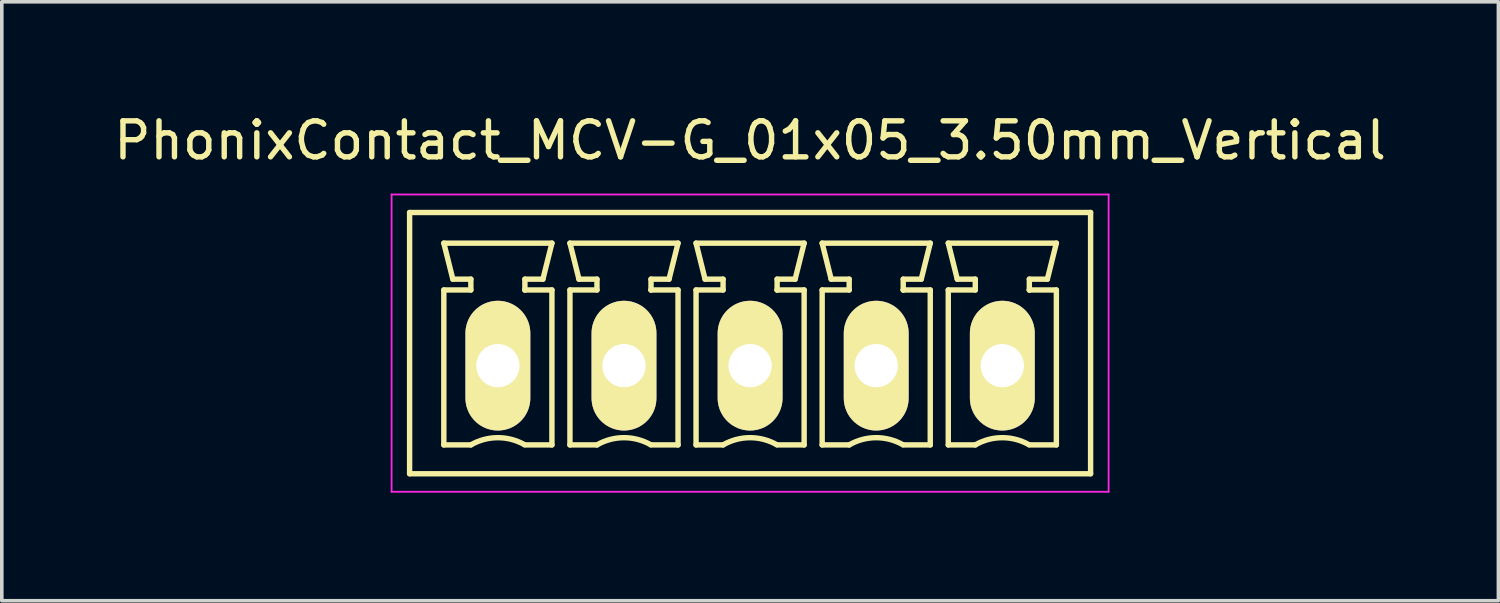
<source format=kicad_pcb>
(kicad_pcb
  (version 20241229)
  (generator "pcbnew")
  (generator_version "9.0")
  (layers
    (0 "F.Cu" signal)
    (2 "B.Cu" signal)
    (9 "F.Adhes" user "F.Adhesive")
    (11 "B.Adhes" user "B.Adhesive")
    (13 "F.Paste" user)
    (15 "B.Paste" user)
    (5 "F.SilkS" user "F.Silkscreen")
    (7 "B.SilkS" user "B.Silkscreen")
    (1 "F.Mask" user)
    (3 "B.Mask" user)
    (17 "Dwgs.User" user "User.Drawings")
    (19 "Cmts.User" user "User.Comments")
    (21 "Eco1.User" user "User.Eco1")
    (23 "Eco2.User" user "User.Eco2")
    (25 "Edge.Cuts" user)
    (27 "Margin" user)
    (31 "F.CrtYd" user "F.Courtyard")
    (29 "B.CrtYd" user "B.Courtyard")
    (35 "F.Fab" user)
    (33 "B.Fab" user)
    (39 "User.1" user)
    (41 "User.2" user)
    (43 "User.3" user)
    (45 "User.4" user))
  (footprint "PhonixContact_MCV-G_01x05_3.50mm_Vertical"
    (layer "F.Cu")
    (at 10.768 7.098)
    (property "Reference" "PhonixContact_MCV-G_01x05_3.50mm_Vertical" (at 7 -6.25 0) (layer "F.SilkS") (effects (font (size 1 1) (thickness 0.15))))
    (attr through_hole)
    (fp_line (start -2.45 -4.25) (end -2.45 3) (stroke (width 0.15) (type solid)) (layer "F.SilkS"))
    (fp_line (start -2.45 3) (end 16.45 3) (stroke (width 0.15) (type solid)) (layer "F.SilkS"))
    (fp_line (start -1.5 -3.4) (end 1.5 -3.4) (stroke (width 0.15) (type solid)) (layer "F.SilkS"))
    (fp_line (start -1.5 -2.1) (end -0.75 -2.1) (stroke (width 0.15) (type solid)) (layer "F.SilkS"))
    (fp_line (start -1.5 2.2) (end -1.5 -2.1) (stroke (width 0.15) (type solid)) (layer "F.SilkS"))
    (fp_line (start -1.25 -2.4) (end -1.5 -3.4) (stroke (width 0.15) (type solid)) (layer "F.SilkS"))
    (fp_line (start -0.75 -2.4) (end -1.25 -2.4) (stroke (width 0.15) (type solid)) (layer "F.SilkS"))
    (fp_line (start -0.75 -2.1) (end -0.75 -2.4) (stroke (width 0.15) (type solid)) (layer "F.SilkS"))
    (fp_line (start -0.75 2.2) (end -1.5 2.2) (stroke (width 0.15) (type solid)) (layer "F.SilkS"))
    (fp_line (start 0.75 -2.4) (end 0.75 -2.1) (stroke (width 0.15) (type solid)) (layer "F.SilkS"))
    (fp_line (start 0.75 -2.1) (end 0.75 -2.1) (stroke (width 0.15) (type solid)) (layer "F.SilkS"))
    (fp_line (start 0.75 -2.1) (end 1.5 -2.1) (stroke (width 0.15) (type solid)) (layer "F.SilkS"))
    (fp_line (start 1.25 -2.4) (end 0.75 -2.4) (stroke (width 0.15) (type solid)) (layer "F.SilkS"))
    (fp_line (start 1.5 -3.4) (end 1.25 -2.4) (stroke (width 0.15) (type solid)) (layer "F.SilkS"))
    (fp_line (start 1.5 -2.1) (end 1.5 2.2) (stroke (width 0.15) (type solid)) (layer "F.SilkS"))
    (fp_line (start 1.5 2.2) (end 0.75 2.2) (stroke (width 0.15) (type solid)) (layer "F.SilkS"))
    (fp_line (start 2 -3.4) (end 5 -3.4) (stroke (width 0.15) (type solid)) (layer "F.SilkS"))
    (fp_line (start 2 -2.1) (end 2.75 -2.1) (stroke (width 0.15) (type solid)) (layer "F.SilkS"))
    (fp_line (start 2 2.2) (end 2 -2.1) (stroke (width 0.15) (type solid)) (layer "F.SilkS"))
    (fp_line (start 2.25 -2.4) (end 2 -3.4) (stroke (width 0.15) (type solid)) (layer "F.SilkS"))
    (fp_line (start 2.75 -2.4) (end 2.25 -2.4) (stroke (width 0.15) (type solid)) (layer "F.SilkS"))
    (fp_line (start 2.75 -2.1) (end 2.75 -2.4) (stroke (width 0.15) (type solid)) (layer "F.SilkS"))
    (fp_line (start 2.75 2.2) (end 2 2.2) (stroke (width 0.15) (type solid)) (layer "F.SilkS"))
    (fp_line (start 4.25 -2.4) (end 4.25 -2.1) (stroke (width 0.15) (type solid)) (layer "F.SilkS"))
    (fp_line (start 4.25 -2.1) (end 4.25 -2.1) (stroke (width 0.15) (type solid)) (layer "F.SilkS"))
    (fp_line (start 4.25 -2.1) (end 5 -2.1) (stroke (width 0.15) (type solid)) (layer "F.SilkS"))
    (fp_line (start 4.75 -2.4) (end 4.25 -2.4) (stroke (width 0.15) (type solid)) (layer "F.SilkS"))
    (fp_line (start 5 -3.4) (end 4.75 -2.4) (stroke (width 0.15) (type solid)) (layer "F.SilkS"))
    (fp_line (start 5 -2.1) (end 5 2.2) (stroke (width 0.15) (type solid)) (layer "F.SilkS"))
    (fp_line (start 5 2.2) (end 4.25 2.2) (stroke (width 0.15) (type solid)) (layer "F.SilkS"))
    (fp_line (start 5.5 -3.4) (end 8.5 -3.4) (stroke (width 0.15) (type solid)) (layer "F.SilkS"))
    (fp_line (start 5.5 -2.1) (end 6.25 -2.1) (stroke (width 0.15) (type solid)) (layer "F.SilkS"))
    (fp_line (start 5.5 2.2) (end 5.5 -2.1) (stroke (width 0.15) (type solid)) (layer "F.SilkS"))
    (fp_line (start 5.75 -2.4) (end 5.5 -3.4) (stroke (width 0.15) (type solid)) (layer "F.SilkS"))
    (fp_line (start 6.25 -2.4) (end 5.75 -2.4) (stroke (width 0.15) (type solid)) (layer "F.SilkS"))
    (fp_line (start 6.25 -2.1) (end 6.25 -2.4) (stroke (width 0.15) (type solid)) (layer "F.SilkS"))
    (fp_line (start 6.25 2.2) (end 5.5 2.2) (stroke (width 0.15) (type solid)) (layer "F.SilkS"))
    (fp_line (start 7.75 -2.4) (end 7.75 -2.1) (stroke (width 0.15) (type solid)) (layer "F.SilkS"))
    (fp_line (start 7.75 -2.1) (end 7.75 -2.1) (stroke (width 0.15) (type solid)) (layer "F.SilkS"))
    (fp_line (start 7.75 -2.1) (end 8.5 -2.1) (stroke (width 0.15) (type solid)) (layer "F.SilkS"))
    (fp_line (start 8.25 -2.4) (end 7.75 -2.4) (stroke (width 0.15) (type solid)) (layer "F.SilkS"))
    (fp_line (start 8.5 -3.4) (end 8.25 -2.4) (stroke (width 0.15) (type solid)) (layer "F.SilkS"))
    (fp_line (start 8.5 -2.1) (end 8.5 2.2) (stroke (width 0.15) (type solid)) (layer "F.SilkS"))
    (fp_line (start 8.5 2.2) (end 7.75 2.2) (stroke (width 0.15) (type solid)) (layer "F.SilkS"))
    (fp_line (start 9 -3.4) (end 12 -3.4) (stroke (width 0.15) (type solid)) (layer "F.SilkS"))
    (fp_line (start 9 -2.1) (end 9.75 -2.1) (stroke (width 0.15) (type solid)) (layer "F.SilkS"))
    (fp_line (start 9 2.2) (end 9 -2.1) (stroke (width 0.15) (type solid)) (layer "F.SilkS"))
    (fp_line (start 9.25 -2.4) (end 9 -3.4) (stroke (width 0.15) (type solid)) (layer "F.SilkS"))
    (fp_line (start 9.75 -2.4) (end 9.25 -2.4) (stroke (width 0.15) (type solid)) (layer "F.SilkS"))
    (fp_line (start 9.75 -2.1) (end 9.75 -2.4) (stroke (width 0.15) (type solid)) (layer "F.SilkS"))
    (fp_line (start 9.75 2.2) (end 9 2.2) (stroke (width 0.15) (type solid)) (layer "F.SilkS"))
    (fp_line (start 11.25 -2.4) (end 11.25 -2.1) (stroke (width 0.15) (type solid)) (layer "F.SilkS"))
    (fp_line (start 11.25 -2.1) (end 11.25 -2.1) (stroke (width 0.15) (type solid)) (layer "F.SilkS"))
    (fp_line (start 11.25 -2.1) (end 12 -2.1) (stroke (width 0.15) (type solid)) (layer "F.SilkS"))
    (fp_line (start 11.75 -2.4) (end 11.25 -2.4) (stroke (width 0.15) (type solid)) (layer "F.SilkS"))
    (fp_line (start 12 -3.4) (end 11.75 -2.4) (stroke (width 0.15) (type solid)) (layer "F.SilkS"))
    (fp_line (start 12 -2.1) (end 12 2.2) (stroke (width 0.15) (type solid)) (layer "F.SilkS"))
    (fp_line (start 12 2.2) (end 11.25 2.2) (stroke (width 0.15) (type solid)) (layer "F.SilkS"))
    (fp_line (start 12.5 -3.4) (end 15.5 -3.4) (stroke (width 0.15) (type solid)) (layer "F.SilkS"))
    (fp_line (start 12.5 -2.1) (end 13.25 -2.1) (stroke (width 0.15) (type solid)) (layer "F.SilkS"))
    (fp_line (start 12.5 2.2) (end 12.5 -2.1) (stroke (width 0.15) (type solid)) (layer "F.SilkS"))
    (fp_line (start 12.75 -2.4) (end 12.5 -3.4) (stroke (width 0.15) (type solid)) (layer "F.SilkS"))
    (fp_line (start 13.25 -2.4) (end 12.75 -2.4) (stroke (width 0.15) (type solid)) (layer "F.SilkS"))
    (fp_line (start 13.25 -2.1) (end 13.25 -2.4) (stroke (width 0.15) (type solid)) (layer "F.SilkS"))
    (fp_line (start 13.25 2.2) (end 12.5 2.2) (stroke (width 0.15) (type solid)) (layer "F.SilkS"))
    (fp_line (start 14.75 -2.4) (end 14.75 -2.1) (stroke (width 0.15) (type solid)) (layer "F.SilkS"))
    (fp_line (start 14.75 -2.1) (end 14.75 -2.1) (stroke (width 0.15) (type solid)) (layer "F.SilkS"))
    (fp_line (start 14.75 -2.1) (end 15.5 -2.1) (stroke (width 0.15) (type solid)) (layer "F.SilkS"))
    (fp_line (start 15.25 -2.4) (end 14.75 -2.4) (stroke (width 0.15) (type solid)) (layer "F.SilkS"))
    (fp_line (start 15.5 -3.4) (end 15.25 -2.4) (stroke (width 0.15) (type solid)) (layer "F.SilkS"))
    (fp_line (start 15.5 -2.1) (end 15.5 2.2) (stroke (width 0.15) (type solid)) (layer "F.SilkS"))
    (fp_line (start 15.5 2.2) (end 14.75 2.2) (stroke (width 0.15) (type solid)) (layer "F.SilkS"))
    (fp_line (start 16.45 -4.25) (end -2.45 -4.25) (stroke (width 0.15) (type solid)) (layer "F.SilkS"))
    (fp_line (start 16.45 3) (end 16.45 -4.25) (stroke (width 0.15) (type solid)) (layer "F.SilkS"))
    (fp_arc (start -0.75 2.2) (mid -0.006068 1.999179) (end 0.739464 2.193978) (stroke (width 0.15) (type solid)) (layer "F.SilkS"))
    (fp_arc (start 2.75 2.2) (mid 3.493932 1.999179) (end 4.239464 2.193978) (stroke (width 0.15) (type solid)) (layer "F.SilkS"))
    (fp_arc (start 6.25 2.2) (mid 6.993932 1.999179) (end 7.739464 2.193978) (stroke (width 0.15) (type solid)) (layer "F.SilkS"))
    (fp_arc (start 9.75 2.2) (mid 10.493932 1.999179) (end 11.239464 2.193978) (stroke (width 0.15) (type solid)) (layer "F.SilkS"))
    (fp_arc (start 13.25 2.2) (mid 13.993932 1.999179) (end 14.739464 2.193978) (stroke (width 0.15) (type solid)) (layer "F.SilkS"))
    (fp_line (start -2.95 -4.75) (end -2.95 3.5) (stroke (width 0.05) (type solid)) (layer "F.CrtYd"))
    (fp_line (start -2.95 3.5) (end 16.95 3.5) (stroke (width 0.05) (type solid)) (layer "F.CrtYd"))
    (fp_line (start 16.95 -4.75) (end -2.95 -4.75) (stroke (width 0.05) (type solid)) (layer "F.CrtYd"))
    (fp_line (start 16.95 3.5) (end 16.95 -4.75) (stroke (width 0.05) (type solid)) (layer "F.CrtYd"))
    (pad "1" thru_hole oval (at 0 0) (size 1.8 3.6) (drill 1.2) (layers "*.Cu" "*.Mask" "F.SilkS"))
    (pad "2" thru_hole oval (at 3.5 0) (size 1.8 3.6) (drill 1.2) (layers "*.Cu" "*.Mask" "F.SilkS"))
    (pad "3" thru_hole oval (at 7 0) (size 1.8 3.6) (drill 1.2) (layers "*.Cu" "*.Mask" "F.SilkS"))
    (pad "4" thru_hole oval (at 10.5 0) (size 1.8 3.6) (drill 1.2) (layers "*.Cu" "*.Mask" "F.SilkS"))
    (pad "5" thru_hole oval (at 14 0) (size 1.8 3.6) (drill 1.2) (layers "*.Cu" "*.Mask" "F.SilkS")))
  (gr_rect
    (start -3 -3)
    (end 38.536 13.623)
    (stroke (width 0.1) (type default))
    (fill no)
    (layer "Edge.Cuts")))
</source>
